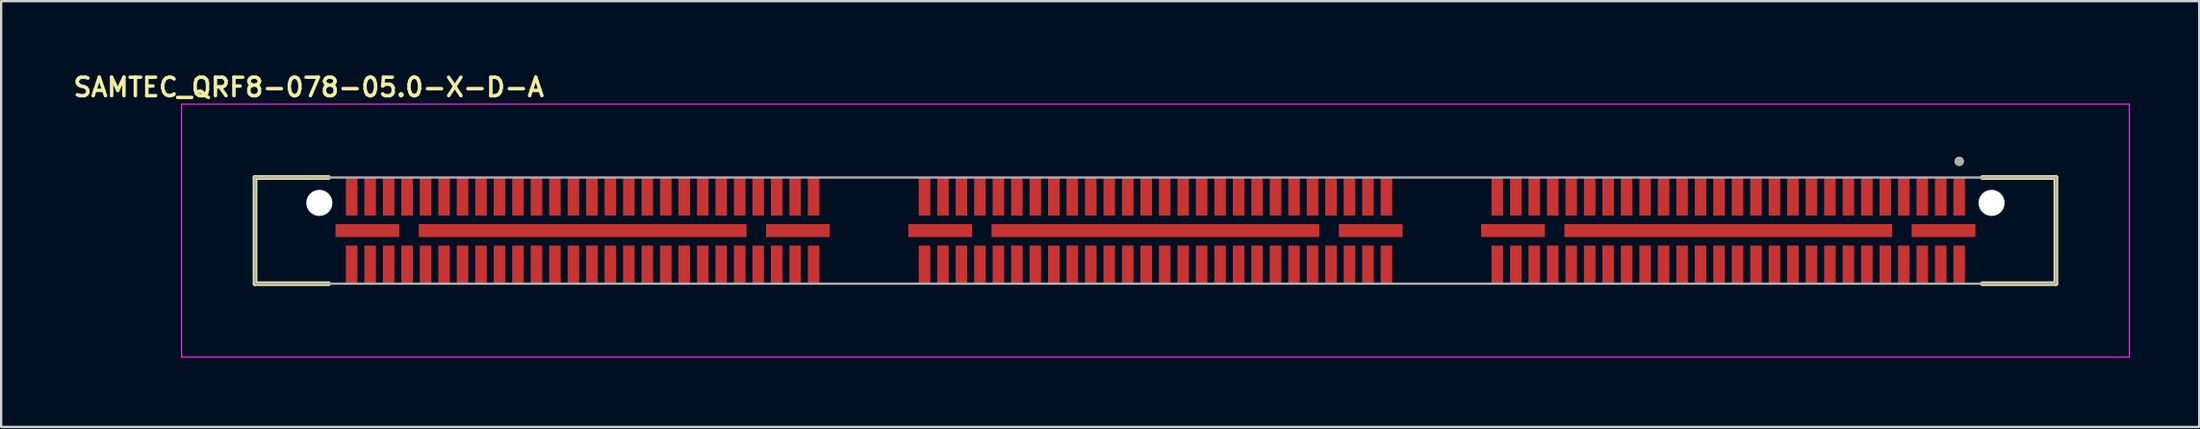
<source format=kicad_pcb>
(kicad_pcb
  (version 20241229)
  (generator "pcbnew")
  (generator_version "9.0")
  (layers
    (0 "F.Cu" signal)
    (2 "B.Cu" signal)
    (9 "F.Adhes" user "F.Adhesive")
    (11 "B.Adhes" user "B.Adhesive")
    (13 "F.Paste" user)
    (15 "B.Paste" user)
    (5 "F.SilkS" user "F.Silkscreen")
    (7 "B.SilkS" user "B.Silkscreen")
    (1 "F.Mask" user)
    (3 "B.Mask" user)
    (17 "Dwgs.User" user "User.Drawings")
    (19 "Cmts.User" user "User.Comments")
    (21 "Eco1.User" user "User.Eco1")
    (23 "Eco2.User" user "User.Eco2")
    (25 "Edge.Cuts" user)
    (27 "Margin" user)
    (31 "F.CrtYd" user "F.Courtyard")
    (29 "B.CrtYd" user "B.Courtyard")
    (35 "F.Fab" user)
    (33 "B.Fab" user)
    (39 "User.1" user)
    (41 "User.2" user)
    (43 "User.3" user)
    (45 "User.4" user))
  (footprint "SAMTEC_QRF8-078-05.0-X-D-A"
    (layer "F.Cu")
    (at 46.976 6.939)
    (property "Reference" "SAMTEC_QRF8-078-05.0-X-D-A" (at -36.66 -6.208 0) (layer "F.SilkS") (effects (font (size 0.8 0.8) (thickness 0.15))))
    (attr through_hole)
    (fp_line (start -38.985 -2.3) (end -38.985 2.3) (stroke (width 0.2) (type solid)) (layer "F.SilkS"))
    (fp_line (start -38.985 2.3) (end -35.8 2.3) (stroke (width 0.2) (type solid)) (layer "F.SilkS"))
    (fp_line (start -35.8 -2.3) (end -38.985 -2.3) (stroke (width 0.2) (type solid)) (layer "F.SilkS"))
    (fp_line (start 35.8 2.3) (end 38.985 2.3) (stroke (width 0.2) (type solid)) (layer "F.SilkS"))
    (fp_line (start 38.985 -2.3) (end 35.8 -2.3) (stroke (width 0.2) (type solid)) (layer "F.SilkS"))
    (fp_line (start 38.985 -2.3) (end 38.985 2.3) (stroke (width 0.2) (type solid)) (layer "F.SilkS"))
    (fp_circle (center 34.8 -3) (end 34.9 -3) (stroke (width 0.2) (type solid)) (fill no) (layer "F.SilkS"))
    (fp_line (start -42.165 -5.48) (end 42.165 -5.48) (stroke (width 0.05) (type solid)) (layer "F.CrtYd"))
    (fp_line (start -42.165 5.48) (end -42.165 -5.48) (stroke (width 0.05) (type solid)) (layer "F.CrtYd"))
    (fp_line (start 42.165 -5.48) (end 42.165 5.48) (stroke (width 0.05) (type solid)) (layer "F.CrtYd"))
    (fp_line (start 42.165 5.48) (end -42.165 5.48) (stroke (width 0.05) (type solid)) (layer "F.CrtYd"))
    (fp_line (start -38.985 -2.3) (end -38.985 2.3) (stroke (width 0.1) (type solid)) (layer "F.Fab"))
    (fp_line (start -38.985 2.3) (end 38.985 2.3) (stroke (width 0.1) (type solid)) (layer "F.Fab"))
    (fp_line (start 38.985 -2.3) (end -38.985 -2.3) (stroke (width 0.1) (type solid)) (layer "F.Fab"))
    (fp_line (start 38.985 2.3) (end 38.985 -2.3) (stroke (width 0.1) (type solid)) (layer "F.Fab"))
    (fp_circle (center 34.8 -3) (end 34.9 -3) (stroke (width 0.2) (type solid)) (fill no) (layer "F.Fab"))
    (pad "" np_thru_hole circle (at -36.2 -1.2) (size 1.13 1.13) (drill 1.13) (layers "*.Cu" "*.Mask"))
    (pad "" np_thru_hole circle (at 36.2 -1.2) (size 1.13 1.13) (drill 1.13) (layers "*.Cu" "*.Mask"))
    (pad "01" smd rect (at 34.8 -1.475 90) (size 1.65 0.5) (layers "F.Cu" "F.Mask" "F.Paste"))
    (pad "02" smd rect (at 34.8 1.475 90) (size 1.65 0.5) (layers "F.Cu" "F.Mask" "F.Paste"))
    (pad "03" smd rect (at 34 -1.475 90) (size 1.65 0.5) (layers "F.Cu" "F.Mask" "F.Paste"))
    (pad "04" smd rect (at 34 1.475 90) (size 1.65 0.5) (layers "F.Cu" "F.Mask" "F.Paste"))
    (pad "05" smd rect (at 33.2 -1.475 90) (size 1.65 0.5) (layers "F.Cu" "F.Mask" "F.Paste"))
    (pad "06" smd rect (at 33.2 1.475 90) (size 1.65 0.5) (layers "F.Cu" "F.Mask" "F.Paste"))
    (pad "07" smd rect (at 32.4 -1.475 90) (size 1.65 0.5) (layers "F.Cu" "F.Mask" "F.Paste"))
    (pad "08" smd rect (at 32.4 1.475 90) (size 1.65 0.5) (layers "F.Cu" "F.Mask" "F.Paste"))
    (pad "09" smd rect (at 31.6 -1.475 90) (size 1.65 0.5) (layers "F.Cu" "F.Mask" "F.Paste"))
    (pad "10" smd rect (at 31.6 1.475 90) (size 1.65 0.5) (layers "F.Cu" "F.Mask" "F.Paste"))
    (pad "11" smd rect (at 30.8 -1.475 90) (size 1.65 0.5) (layers "F.Cu" "F.Mask" "F.Paste"))
    (pad "12" smd rect (at 30.8 1.475 90) (size 1.65 0.5) (layers "F.Cu" "F.Mask" "F.Paste"))
    (pad "13" smd rect (at 30 -1.475 90) (size 1.65 0.5) (layers "F.Cu" "F.Mask" "F.Paste"))
    (pad "14" smd rect (at 30 1.475 90) (size 1.65 0.5) (layers "F.Cu" "F.Mask" "F.Paste"))
    (pad "15" smd rect (at 29.2 -1.475 90) (size 1.65 0.5) (layers "F.Cu" "F.Mask" "F.Paste"))
    (pad "16" smd rect (at 29.2 1.475 90) (size 1.65 0.5) (layers "F.Cu" "F.Mask" "F.Paste"))
    (pad "17" smd rect (at 28.4 -1.475 90) (size 1.65 0.5) (layers "F.Cu" "F.Mask" "F.Paste"))
    (pad "18" smd rect (at 28.4 1.475 90) (size 1.65 0.5) (layers "F.Cu" "F.Mask" "F.Paste"))
    (pad "19" smd rect (at 27.6 -1.475 90) (size 1.65 0.5) (layers "F.Cu" "F.Mask" "F.Paste"))
    (pad "20" smd rect (at 27.6 1.475 90) (size 1.65 0.5) (layers "F.Cu" "F.Mask" "F.Paste"))
    (pad "21" smd rect (at 26.8 -1.475 90) (size 1.65 0.5) (layers "F.Cu" "F.Mask" "F.Paste"))
    (pad "22" smd rect (at 26.8 1.475 90) (size 1.65 0.5) (layers "F.Cu" "F.Mask" "F.Paste"))
    (pad "23" smd rect (at 26 -1.475 90) (size 1.65 0.5) (layers "F.Cu" "F.Mask" "F.Paste"))
    (pad "24" smd rect (at 26 1.475 90) (size 1.65 0.5) (layers "F.Cu" "F.Mask" "F.Paste"))
    (pad "25" smd rect (at 25.2 -1.475 90) (size 1.65 0.5) (layers "F.Cu" "F.Mask" "F.Paste"))
    (pad "26" smd rect (at 25.2 1.475 90) (size 1.65 0.5) (layers "F.Cu" "F.Mask" "F.Paste"))
    (pad "27" smd rect (at 24.4 -1.475 90) (size 1.65 0.5) (layers "F.Cu" "F.Mask" "F.Paste"))
    (pad "28" smd rect (at 24.4 1.475 90) (size 1.65 0.5) (layers "F.Cu" "F.Mask" "F.Paste"))
    (pad "29" smd rect (at 23.6 -1.475 90) (size 1.65 0.5) (layers "F.Cu" "F.Mask" "F.Paste"))
    (pad "30" smd rect (at 23.6 1.475 90) (size 1.65 0.5) (layers "F.Cu" "F.Mask" "F.Paste"))
    (pad "31" smd rect (at 22.8 -1.475 90) (size 1.65 0.5) (layers "F.Cu" "F.Mask" "F.Paste"))
    (pad "32" smd rect (at 22.8 1.475 90) (size 1.65 0.5) (layers "F.Cu" "F.Mask" "F.Paste"))
    (pad "33" smd rect (at 22 -1.475 90) (size 1.65 0.5) (layers "F.Cu" "F.Mask" "F.Paste"))
    (pad "34" smd rect (at 22 1.475 90) (size 1.65 0.5) (layers "F.Cu" "F.Mask" "F.Paste"))
    (pad "35" smd rect (at 21.2 -1.475 90) (size 1.65 0.5) (layers "F.Cu" "F.Mask" "F.Paste"))
    (pad "36" smd rect (at 21.2 1.475 90) (size 1.65 0.5) (layers "F.Cu" "F.Mask" "F.Paste"))
    (pad "37" smd rect (at 20.4 -1.475 90) (size 1.65 0.5) (layers "F.Cu" "F.Mask" "F.Paste"))
    (pad "38" smd rect (at 20.4 1.475 90) (size 1.65 0.5) (layers "F.Cu" "F.Mask" "F.Paste"))
    (pad "39" smd rect (at 19.6 -1.475 90) (size 1.65 0.5) (layers "F.Cu" "F.Mask" "F.Paste"))
    (pad "40" smd rect (at 19.6 1.475 90) (size 1.65 0.5) (layers "F.Cu" "F.Mask" "F.Paste"))
    (pad "41" smd rect (at 18.8 -1.475 90) (size 1.65 0.5) (layers "F.Cu" "F.Mask" "F.Paste"))
    (pad "42" smd rect (at 18.8 1.475 90) (size 1.65 0.5) (layers "F.Cu" "F.Mask" "F.Paste"))
    (pad "43" smd rect (at 18 -1.475 90) (size 1.65 0.5) (layers "F.Cu" "F.Mask" "F.Paste"))
    (pad "44" smd rect (at 18 1.475 90) (size 1.65 0.5) (layers "F.Cu" "F.Mask" "F.Paste"))
    (pad "45" smd rect (at 17.2 -1.475 90) (size 1.65 0.5) (layers "F.Cu" "F.Mask" "F.Paste"))
    (pad "46" smd rect (at 17.2 1.475 90) (size 1.65 0.5) (layers "F.Cu" "F.Mask" "F.Paste"))
    (pad "47" smd rect (at 16.4 -1.475 90) (size 1.65 0.5) (layers "F.Cu" "F.Mask" "F.Paste"))
    (pad "48" smd rect (at 16.4 1.475 90) (size 1.65 0.5) (layers "F.Cu" "F.Mask" "F.Paste"))
    (pad "49" smd rect (at 15.6 -1.475 90) (size 1.65 0.5) (layers "F.Cu" "F.Mask" "F.Paste"))
    (pad "50" smd rect (at 15.6 1.475 90) (size 1.65 0.5) (layers "F.Cu" "F.Mask" "F.Paste"))
    (pad "51" smd rect (at 14.8 -1.475 90) (size 1.65 0.5) (layers "F.Cu" "F.Mask" "F.Paste"))
    (pad "52" smd rect (at 14.8 1.475 90) (size 1.65 0.5) (layers "F.Cu" "F.Mask" "F.Paste"))
    (pad "53" smd rect (at 10 -1.475 90) (size 1.65 0.5) (layers "F.Cu" "F.Mask" "F.Paste"))
    (pad "54" smd rect (at 10 1.475 90) (size 1.65 0.5) (layers "F.Cu" "F.Mask" "F.Paste"))
    (pad "55" smd rect (at 9.2 -1.475 90) (size 1.65 0.5) (layers "F.Cu" "F.Mask" "F.Paste"))
    (pad "56" smd rect (at 9.2 1.475 90) (size 1.65 0.5) (layers "F.Cu" "F.Mask" "F.Paste"))
    (pad "57" smd rect (at 8.4 -1.475 90) (size 1.65 0.5) (layers "F.Cu" "F.Mask" "F.Paste"))
    (pad "58" smd rect (at 8.4 1.475 90) (size 1.65 0.5) (layers "F.Cu" "F.Mask" "F.Paste"))
    (pad "59" smd rect (at 7.6 -1.475 90) (size 1.65 0.5) (layers "F.Cu" "F.Mask" "F.Paste"))
    (pad "60" smd rect (at 7.6 1.475 90) (size 1.65 0.5) (layers "F.Cu" "F.Mask" "F.Paste"))
    (pad "61" smd rect (at 6.8 -1.475 90) (size 1.65 0.5) (layers "F.Cu" "F.Mask" "F.Paste"))
    (pad "62" smd rect (at 6.8 1.475 90) (size 1.65 0.5) (layers "F.Cu" "F.Mask" "F.Paste"))
    (pad "63" smd rect (at 6 -1.475 90) (size 1.65 0.5) (layers "F.Cu" "F.Mask" "F.Paste"))
    (pad "64" smd rect (at 6 1.475 90) (size 1.65 0.5) (layers "F.Cu" "F.Mask" "F.Paste"))
    (pad "65" smd rect (at 5.2 -1.475 90) (size 1.65 0.5) (layers "F.Cu" "F.Mask" "F.Paste"))
    (pad "66" smd rect (at 5.2 1.475 90) (size 1.65 0.5) (layers "F.Cu" "F.Mask" "F.Paste"))
    (pad "67" smd rect (at 4.4 -1.475 90) (size 1.65 0.5) (layers "F.Cu" "F.Mask" "F.Paste"))
    (pad "68" smd rect (at 4.4 1.475 90) (size 1.65 0.5) (layers "F.Cu" "F.Mask" "F.Paste"))
    (pad "69" smd rect (at 3.6 -1.475 90) (size 1.65 0.5) (layers "F.Cu" "F.Mask" "F.Paste"))
    (pad "70" smd rect (at 3.6 1.475 90) (size 1.65 0.5) (layers "F.Cu" "F.Mask" "F.Paste"))
    (pad "71" smd rect (at 2.8 -1.475 90) (size 1.65 0.5) (layers "F.Cu" "F.Mask" "F.Paste"))
    (pad "72" smd rect (at 2.8 1.475 90) (size 1.65 0.5) (layers "F.Cu" "F.Mask" "F.Paste"))
    (pad "73" smd rect (at 2 -1.475 90) (size 1.65 0.5) (layers "F.Cu" "F.Mask" "F.Paste"))
    (pad "74" smd rect (at 2 1.475 90) (size 1.65 0.5) (layers "F.Cu" "F.Mask" "F.Paste"))
    (pad "75" smd rect (at 1.2 -1.475 90) (size 1.65 0.5) (layers "F.Cu" "F.Mask" "F.Paste"))
    (pad "76" smd rect (at 1.2 1.475 90) (size 1.65 0.5) (layers "F.Cu" "F.Mask" "F.Paste"))
    (pad "77" smd rect (at 0.4 -1.475 90) (size 1.65 0.5) (layers "F.Cu" "F.Mask" "F.Paste"))
    (pad "78" smd rect (at 0.4 1.475 90) (size 1.65 0.5) (layers "F.Cu" "F.Mask" "F.Paste"))
    (pad "79" smd rect (at -0.4 -1.475 90) (size 1.65 0.5) (layers "F.Cu" "F.Mask" "F.Paste"))
    (pad "80" smd rect (at -0.4 1.475 90) (size 1.65 0.5) (layers "F.Cu" "F.Mask" "F.Paste"))
    (pad "81" smd rect (at -1.2 -1.475 90) (size 1.65 0.5) (layers "F.Cu" "F.Mask" "F.Paste"))
    (pad "82" smd rect (at -1.2 1.475 90) (size 1.65 0.5) (layers "F.Cu" "F.Mask" "F.Paste"))
    (pad "83" smd rect (at -2 -1.475 90) (size 1.65 0.5) (layers "F.Cu" "F.Mask" "F.Paste"))
    (pad "84" smd rect (at -2 1.475 90) (size 1.65 0.5) (layers "F.Cu" "F.Mask" "F.Paste"))
    (pad "85" smd rect (at -2.8 -1.475 90) (size 1.65 0.5) (layers "F.Cu" "F.Mask" "F.Paste"))
    (pad "86" smd rect (at -2.8 1.475 90) (size 1.65 0.5) (layers "F.Cu" "F.Mask" "F.Paste"))
    (pad "87" smd rect (at -3.6 -1.475 90) (size 1.65 0.5) (layers "F.Cu" "F.Mask" "F.Paste"))
    (pad "88" smd rect (at -3.6 1.475 90) (size 1.65 0.5) (layers "F.Cu" "F.Mask" "F.Paste"))
    (pad "89" smd rect (at -4.4 -1.475 90) (size 1.65 0.5) (layers "F.Cu" "F.Mask" "F.Paste"))
    (pad "90" smd rect (at -4.4 1.475 90) (size 1.65 0.5) (layers "F.Cu" "F.Mask" "F.Paste"))
    (pad "91" smd rect (at -5.2 -1.475 90) (size 1.65 0.5) (layers "F.Cu" "F.Mask" "F.Paste"))
    (pad "92" smd rect (at -5.2 1.475 90) (size 1.65 0.5) (layers "F.Cu" "F.Mask" "F.Paste"))
    (pad "93" smd rect (at -6 -1.475 90) (size 1.65 0.5) (layers "F.Cu" "F.Mask" "F.Paste"))
    (pad "94" smd rect (at -6 1.475 90) (size 1.65 0.5) (layers "F.Cu" "F.Mask" "F.Paste"))
    (pad "95" smd rect (at -6.8 -1.475 90) (size 1.65 0.5) (layers "F.Cu" "F.Mask" "F.Paste"))
    (pad "96" smd rect (at -6.8 1.475 90) (size 1.65 0.5) (layers "F.Cu" "F.Mask" "F.Paste"))
    (pad "97" smd rect (at -7.6 -1.475 90) (size 1.65 0.5) (layers "F.Cu" "F.Mask" "F.Paste"))
    (pad "98" smd rect (at -7.6 1.475 90) (size 1.65 0.5) (layers "F.Cu" "F.Mask" "F.Paste"))
    (pad "99" smd rect (at -8.4 -1.475 90) (size 1.65 0.5) (layers "F.Cu" "F.Mask" "F.Paste"))
    (pad "100" smd rect (at -8.4 1.475 90) (size 1.65 0.5) (layers "F.Cu" "F.Mask" "F.Paste"))
    (pad "101" smd rect (at -9.2 -1.475 90) (size 1.65 0.5) (layers "F.Cu" "F.Mask" "F.Paste"))
    (pad "102" smd rect (at -9.2 1.475 90) (size 1.65 0.5) (layers "F.Cu" "F.Mask" "F.Paste"))
    (pad "103" smd rect (at -10 -1.475 90) (size 1.65 0.5) (layers "F.Cu" "F.Mask" "F.Paste"))
    (pad "104" smd rect (at -10 1.475 90) (size 1.65 0.5) (layers "F.Cu" "F.Mask" "F.Paste"))
    (pad "105" smd rect (at -14.8 -1.475 90) (size 1.65 0.5) (layers "F.Cu" "F.Mask" "F.Paste"))
    (pad "106" smd rect (at -14.8 1.475 90) (size 1.65 0.5) (layers "F.Cu" "F.Mask" "F.Paste"))
    (pad "107" smd rect (at -15.6 -1.475 90) (size 1.65 0.5) (layers "F.Cu" "F.Mask" "F.Paste"))
    (pad "108" smd rect (at -15.6 1.475 90) (size 1.65 0.5) (layers "F.Cu" "F.Mask" "F.Paste"))
    (pad "109" smd rect (at -16.4 -1.475 90) (size 1.65 0.5) (layers "F.Cu" "F.Mask" "F.Paste"))
    (pad "110" smd rect (at -16.4 1.475 90) (size 1.65 0.5) (layers "F.Cu" "F.Mask" "F.Paste"))
    (pad "111" smd rect (at -17.2 -1.475 90) (size 1.65 0.5) (layers "F.Cu" "F.Mask" "F.Paste"))
    (pad "112" smd rect (at -17.2 1.475 90) (size 1.65 0.5) (layers "F.Cu" "F.Mask" "F.Paste"))
    (pad "113" smd rect (at -18 -1.475 90) (size 1.65 0.5) (layers "F.Cu" "F.Mask" "F.Paste"))
    (pad "114" smd rect (at -18 1.475 90) (size 1.65 0.5) (layers "F.Cu" "F.Mask" "F.Paste"))
    (pad "115" smd rect (at -18.8 -1.475 90) (size 1.65 0.5) (layers "F.Cu" "F.Mask" "F.Paste"))
    (pad "116" smd rect (at -18.8 1.475 90) (size 1.65 0.5) (layers "F.Cu" "F.Mask" "F.Paste"))
    (pad "117" smd rect (at -19.6 -1.475 90) (size 1.65 0.5) (layers "F.Cu" "F.Mask" "F.Paste"))
    (pad "118" smd rect (at -19.6 1.475 90) (size 1.65 0.5) (layers "F.Cu" "F.Mask" "F.Paste"))
    (pad "119" smd rect (at -20.4 -1.475 90) (size 1.65 0.5) (layers "F.Cu" "F.Mask" "F.Paste"))
    (pad "120" smd rect (at -20.4 1.475 90) (size 1.65 0.5) (layers "F.Cu" "F.Mask" "F.Paste"))
    (pad "121" smd rect (at -21.2 -1.475 90) (size 1.65 0.5) (layers "F.Cu" "F.Mask" "F.Paste"))
    (pad "122" smd rect (at -21.2 1.475 90) (size 1.65 0.5) (layers "F.Cu" "F.Mask" "F.Paste"))
    (pad "123" smd rect (at -22 -1.475 90) (size 1.65 0.5) (layers "F.Cu" "F.Mask" "F.Paste"))
    (pad "124" smd rect (at -22 1.475 90) (size 1.65 0.5) (layers "F.Cu" "F.Mask" "F.Paste"))
    (pad "125" smd rect (at -22.8 -1.475 90) (size 1.65 0.5) (layers "F.Cu" "F.Mask" "F.Paste"))
    (pad "126" smd rect (at -22.8 1.475 90) (size 1.65 0.5) (layers "F.Cu" "F.Mask" "F.Paste"))
    (pad "127" smd rect (at -23.6 -1.475 90) (size 1.65 0.5) (layers "F.Cu" "F.Mask" "F.Paste"))
    (pad "128" smd rect (at -23.6 1.475 90) (size 1.65 0.5) (layers "F.Cu" "F.Mask" "F.Paste"))
    (pad "129" smd rect (at -24.4 -1.475 90) (size 1.65 0.5) (layers "F.Cu" "F.Mask" "F.Paste"))
    (pad "130" smd rect (at -24.4 1.475 90) (size 1.65 0.5) (layers "F.Cu" "F.Mask" "F.Paste"))
    (pad "131" smd rect (at -25.2 -1.475 90) (size 1.65 0.5) (layers "F.Cu" "F.Mask" "F.Paste"))
    (pad "132" smd rect (at -25.2 1.475 90) (size 1.65 0.5) (layers "F.Cu" "F.Mask" "F.Paste"))
    (pad "133" smd rect (at -26 -1.475 90) (size 1.65 0.5) (layers "F.Cu" "F.Mask" "F.Paste"))
    (pad "134" smd rect (at -26 1.475 90) (size 1.65 0.5) (layers "F.Cu" "F.Mask" "F.Paste"))
    (pad "135" smd rect (at -26.8 -1.475 90) (size 1.65 0.5) (layers "F.Cu" "F.Mask" "F.Paste"))
    (pad "136" smd rect (at -26.8 1.475 90) (size 1.65 0.5) (layers "F.Cu" "F.Mask" "F.Paste"))
    (pad "137" smd rect (at -27.6 -1.475 90) (size 1.65 0.5) (layers "F.Cu" "F.Mask" "F.Paste"))
    (pad "138" smd rect (at -27.6 1.475 90) (size 1.65 0.5) (layers "F.Cu" "F.Mask" "F.Paste"))
    (pad "139" smd rect (at -28.4 -1.475 90) (size 1.65 0.5) (layers "F.Cu" "F.Mask" "F.Paste"))
    (pad "140" smd rect (at -28.4 1.475 90) (size 1.65 0.5) (layers "F.Cu" "F.Mask" "F.Paste"))
    (pad "141" smd rect (at -29.2 -1.475 90) (size 1.65 0.5) (layers "F.Cu" "F.Mask" "F.Paste"))
    (pad "142" smd rect (at -29.2 1.475 90) (size 1.65 0.5) (layers "F.Cu" "F.Mask" "F.Paste"))
    (pad "143" smd rect (at -30 -1.475 90) (size 1.65 0.5) (layers "F.Cu" "F.Mask" "F.Paste"))
    (pad "144" smd rect (at -30 1.475 90) (size 1.65 0.5) (layers "F.Cu" "F.Mask" "F.Paste"))
    (pad "145" smd rect (at -30.8 -1.475 90) (size 1.65 0.5) (layers "F.Cu" "F.Mask" "F.Paste"))
    (pad "146" smd rect (at -30.8 1.475 90) (size 1.65 0.5) (layers "F.Cu" "F.Mask" "F.Paste"))
    (pad "147" smd rect (at -31.6 -1.475 90) (size 1.65 0.5) (layers "F.Cu" "F.Mask" "F.Paste"))
    (pad "148" smd rect (at -31.6 1.475 90) (size 1.65 0.5) (layers "F.Cu" "F.Mask" "F.Paste"))
    (pad "149" smd rect (at -32.4 -1.475 90) (size 1.65 0.5) (layers "F.Cu" "F.Mask" "F.Paste"))
    (pad "150" smd rect (at -32.4 1.475 90) (size 1.65 0.5) (layers "F.Cu" "F.Mask" "F.Paste"))
    (pad "151" smd rect (at -33.2 -1.475 90) (size 1.65 0.5) (layers "F.Cu" "F.Mask" "F.Paste"))
    (pad "152" smd rect (at -33.2 1.475 90) (size 1.65 0.5) (layers "F.Cu" "F.Mask" "F.Paste"))
    (pad "153" smd rect (at -34 -1.475 90) (size 1.65 0.5) (layers "F.Cu" "F.Mask" "F.Paste"))
    (pad "154" smd rect (at -34 1.475 90) (size 1.65 0.5) (layers "F.Cu" "F.Mask" "F.Paste"))
    (pad "155" smd rect (at -34.8 -1.475 90) (size 1.65 0.5) (layers "F.Cu" "F.Mask" "F.Paste"))
    (pad "156" smd rect (at -34.8 1.475 90) (size 1.65 0.5) (layers "F.Cu" "F.Mask" "F.Paste"))
    (pad "G1" smd rect (at 15.48 0) (size 2.76 0.56) (layers "F.Cu" "F.Mask" "F.Paste"))
    (pad "G2" smd rect (at 24.8 0) (size 14.19 0.56) (layers "F.Cu" "F.Mask" "F.Paste"))
    (pad "G3" smd rect (at 34.12 0) (size 2.76 0.56) (layers "F.Cu" "F.Mask" "F.Paste"))
    (pad "G4" smd rect (at 0 0) (size 14.19 0.56) (layers "F.Cu" "F.Mask" "F.Paste"))
    (pad "G5" smd rect (at -9.32 0) (size 2.76 0.56) (layers "F.Cu" "F.Mask" "F.Paste"))
    (pad "G6" smd rect (at 9.32 0) (size 2.76 0.56) (layers "F.Cu" "F.Mask" "F.Paste"))
    (pad "G7" smd rect (at -24.8 0) (size 14.19 0.56) (layers "F.Cu" "F.Mask" "F.Paste"))
    (pad "G8" smd rect (at -34.12 0) (size 2.76 0.56) (layers "F.Cu" "F.Mask" "F.Paste"))
    (pad "G9" smd rect (at -15.48 0) (size 2.76 0.56) (layers "F.Cu" "F.Mask" "F.Paste")))
  (gr_rect
    (start -3 -3)
    (end 92.166 15.444)
    (stroke (width 0.1) (type default))
    (fill no)
    (layer "Edge.Cuts")))
</source>
